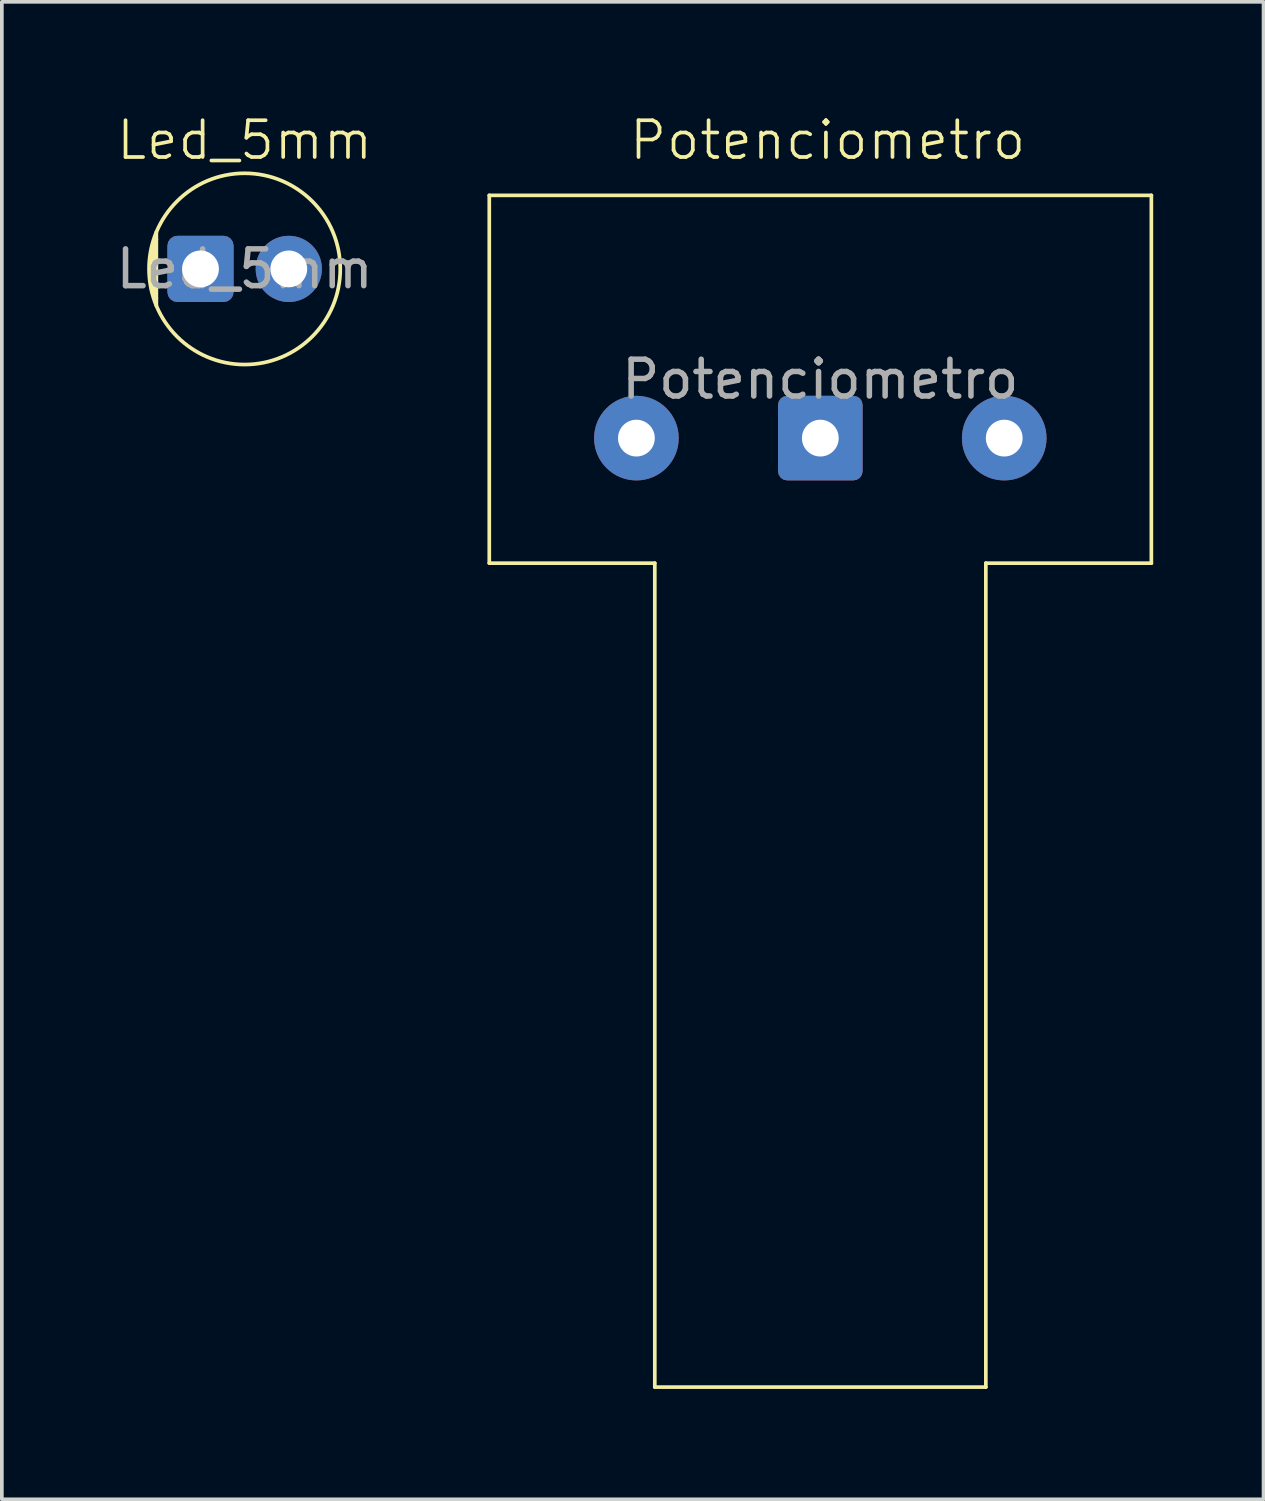
<source format=kicad_pcb>
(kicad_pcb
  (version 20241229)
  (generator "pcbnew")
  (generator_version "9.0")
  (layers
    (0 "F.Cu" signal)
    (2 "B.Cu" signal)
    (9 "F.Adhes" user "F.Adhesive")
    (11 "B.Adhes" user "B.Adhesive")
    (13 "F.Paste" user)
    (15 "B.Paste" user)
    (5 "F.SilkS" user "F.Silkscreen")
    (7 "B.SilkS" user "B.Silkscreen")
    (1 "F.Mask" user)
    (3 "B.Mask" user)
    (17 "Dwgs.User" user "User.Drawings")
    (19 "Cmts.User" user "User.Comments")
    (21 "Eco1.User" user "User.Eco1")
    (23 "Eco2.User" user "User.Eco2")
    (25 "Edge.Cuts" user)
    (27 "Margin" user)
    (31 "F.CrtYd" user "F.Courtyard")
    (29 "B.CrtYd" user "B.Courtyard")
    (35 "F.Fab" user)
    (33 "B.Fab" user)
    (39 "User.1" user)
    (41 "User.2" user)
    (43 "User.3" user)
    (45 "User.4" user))
  (footprint "Led_5mm"
    (layer "F.Cu")
    (at 3.601 4.261)
    (property "Reference" "Led_5mm" (at 0 -3.5 0) (unlocked yes) (layer "F.SilkS") (effects (font (size 1 1) (thickness 0.1))))
    (attr through_hole)
    (fp_line (start -2.5 -0.6) (end -2.5 0.6) (stroke (width 0.15) (type solid)) (layer "F.SilkS"))
    (fp_line (start -2.4 -0.8) (end -2.5 -0.6) (stroke (width 0.1) (type default)) (layer "F.SilkS"))
    (fp_line (start -2.4 0.8) (end -2.5 0.6) (stroke (width 0.1) (type default)) (layer "F.SilkS"))
    (fp_line (start -2.4 1) (end -2.4 -1) (stroke (width 0.1) (type default)) (layer "F.SilkS"))
    (fp_circle (center 0 0) (end 2.6 0) (stroke (width 0.1) (type solid)) (fill no) (layer "F.SilkS"))
    (fp_text user "${REFERENCE}" (at 0 0 0) (unlocked yes) (layer "F.Fab") (effects (font (size 1 1) (thickness 0.15))))
    (pad "1" thru_hole roundrect (at -1.2 0 180) (size 1.8 1.8) (drill 1) (layers "*.Cu" "*.Mask") (roundrect_rratio 0.15))
    (pad "2" thru_hole circle (at 1.2 0 180) (size 1.8 1.8) (drill 1) (layers "*.Cu" "*.Mask")))
  (footprint "Potenciometro"
    (layer "F.Cu")
    (at 19.252 7.261)
    (property "Reference" "Potenciometro" (at 0.2 -6.5 0) (unlocked yes) (layer "F.SilkS") (effects (font (size 1 1) (thickness 0.1))))
    (attr through_hole)
    (fp_line (start -9 -5) (end -9 5) (stroke (width 0.1) (type default)) (layer "F.SilkS"))
    (fp_line (start -9 5) (end -4.5 5) (stroke (width 0.1) (type default)) (layer "F.SilkS"))
    (fp_line (start -4.5 5) (end -4.5 27.4) (stroke (width 0.1) (type default)) (layer "F.SilkS"))
    (fp_line (start -4.5 27.4) (end 4.5 27.4) (stroke (width 0.1) (type default)) (layer "F.SilkS"))
    (fp_line (start 4.5 5) (end 9 5) (stroke (width 0.1) (type default)) (layer "F.SilkS"))
    (fp_line (start 4.5 27.4) (end 4.5 5) (stroke (width 0.1) (type default)) (layer "F.SilkS"))
    (fp_line (start 9 -5) (end -9 -5) (stroke (width 0.1) (type default)) (layer "F.SilkS"))
    (fp_line (start 9 5) (end 9 -5) (stroke (width 0.1) (type default)) (layer "F.SilkS"))
    (fp_text user "${REFERENCE}" (at 0 0 0) (unlocked yes) (layer "F.Fab") (effects (font (size 1 1) (thickness 0.15))))
    (pad "1" thru_hole circle (at -5 1.6 180) (size 2.3 2.3) (drill 1) (layers "*.Cu" "*.Mask"))
    (pad "2" thru_hole roundrect (at 0 1.6 180) (size 2.3 2.3) (drill 1) (layers "*.Cu" "*.Mask") (roundrect_rratio 0.109))
    (pad "3" thru_hole circle (at 5 1.6 180) (size 2.3 2.3) (drill 1) (layers "*.Cu" "*.Mask")))
  (gr_rect
    (start -3 -3)
    (end 31.302 37.711)
    (stroke (width 0.1) (type default))
    (fill no)
    (layer "Edge.Cuts")))
</source>
